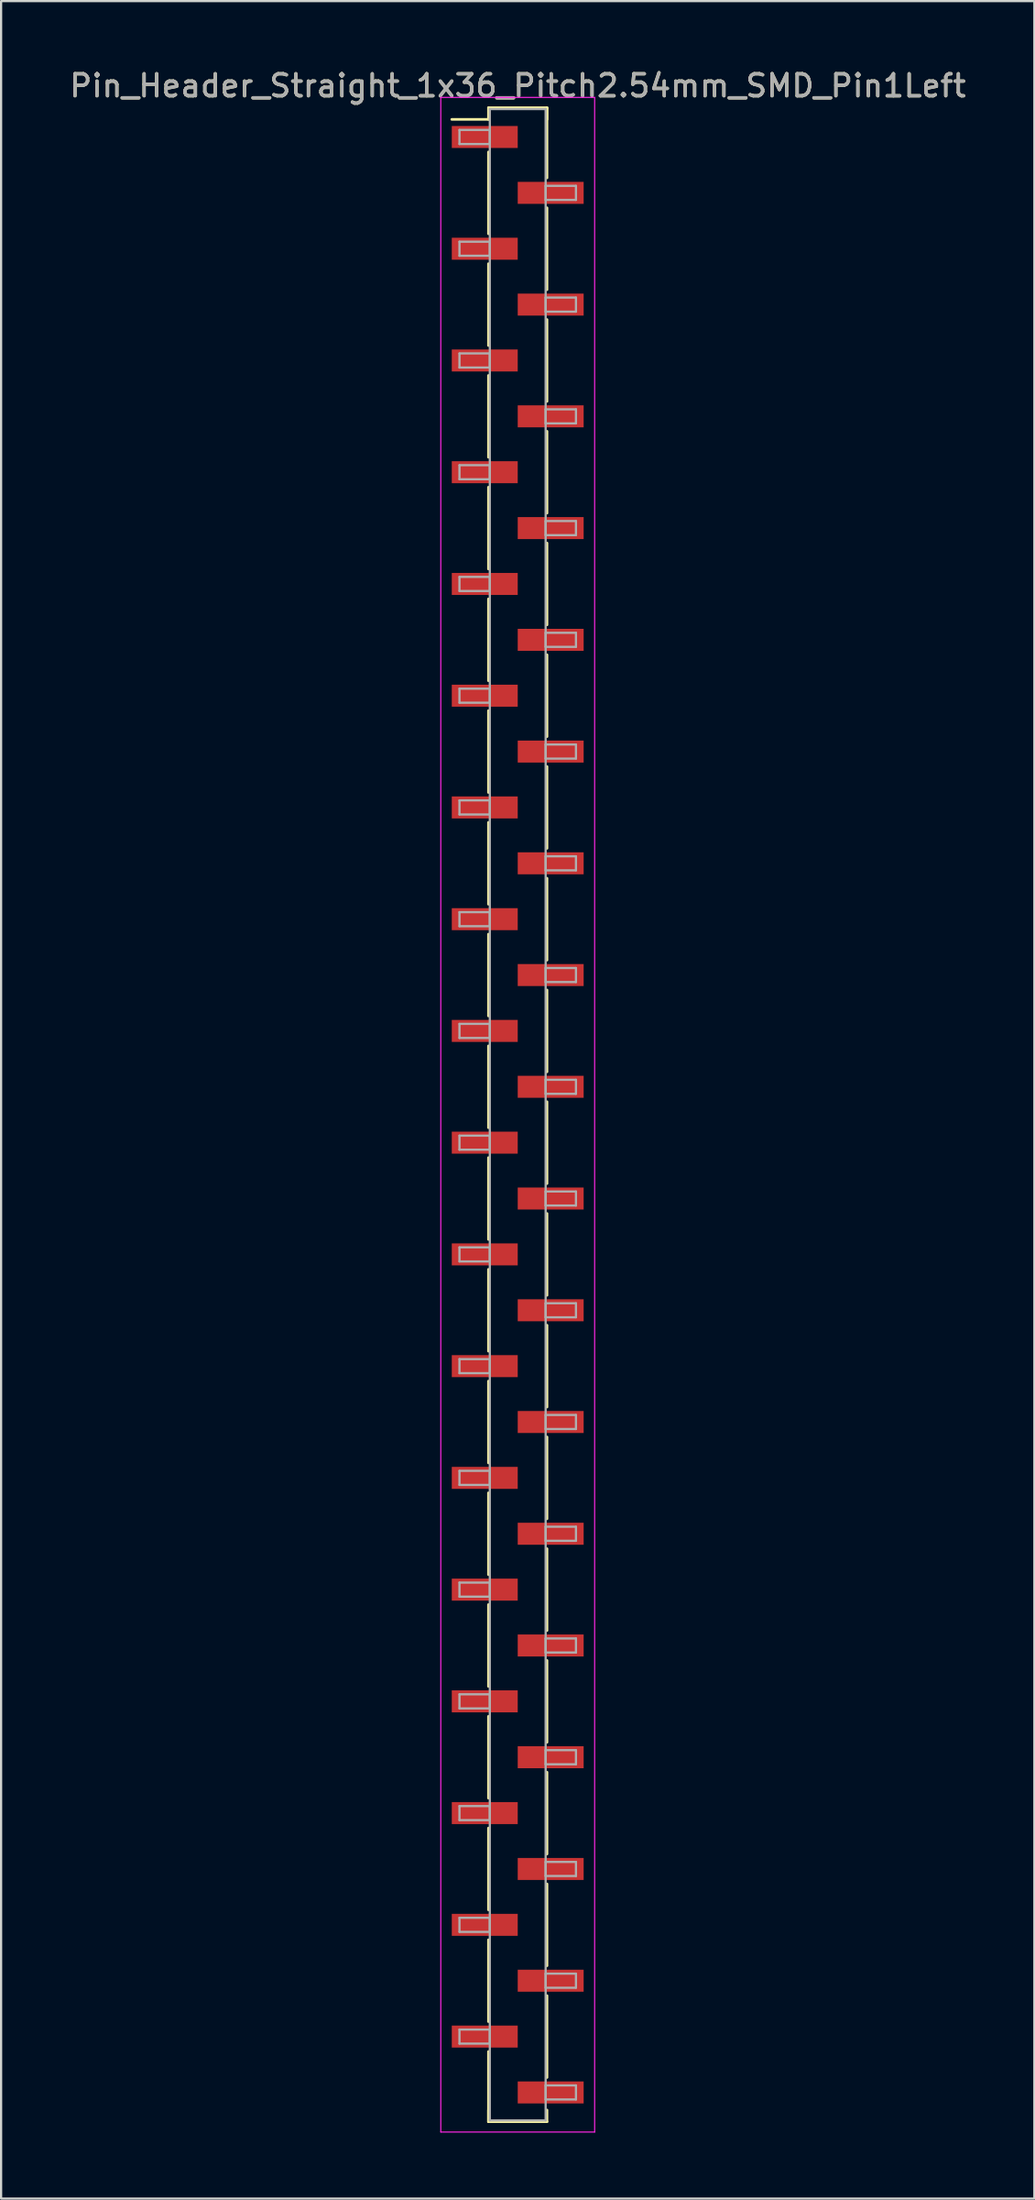
<source format=kicad_pcb>
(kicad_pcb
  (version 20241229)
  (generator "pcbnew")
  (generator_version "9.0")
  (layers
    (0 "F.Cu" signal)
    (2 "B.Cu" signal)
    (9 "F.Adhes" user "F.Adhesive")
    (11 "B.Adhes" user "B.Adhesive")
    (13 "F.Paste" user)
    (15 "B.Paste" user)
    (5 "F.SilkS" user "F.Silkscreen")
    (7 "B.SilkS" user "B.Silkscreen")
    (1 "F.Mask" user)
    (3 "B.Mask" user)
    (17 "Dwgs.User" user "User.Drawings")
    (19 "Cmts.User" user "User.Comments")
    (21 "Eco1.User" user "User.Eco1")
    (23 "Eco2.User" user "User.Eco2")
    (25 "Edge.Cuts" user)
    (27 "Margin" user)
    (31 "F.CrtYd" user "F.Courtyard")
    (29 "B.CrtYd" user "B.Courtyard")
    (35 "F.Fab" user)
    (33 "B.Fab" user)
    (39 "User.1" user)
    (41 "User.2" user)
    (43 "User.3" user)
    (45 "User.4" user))
  (footprint "Pin_Header_Straight_1x36_Pitch2.54mm_SMD_Pin1Left"
    (layer "F.Cu")
    (at 20.506 47.628)
    (property "Reference" "Pin_Header_Straight_1x36_Pitch2.54mm_SMD_Pin1Left" (at 0 -46.78 0) (layer "F.SilkS") (effects (font (size 1 1) (thickness 0.15))))
    (attr smd)
    (fp_line (start -1.33 -45.78) (end 1.33 -45.78) (stroke (width 0.12) (type solid)) (layer "F.SilkS"))
    (fp_line (start -1.33 -45.25) (end -3 -45.25) (stroke (width 0.12) (type solid)) (layer "F.SilkS"))
    (fp_line (start -1.33 -45.25) (end -1.33 -45.78) (stroke (width 0.12) (type solid)) (layer "F.SilkS"))
    (fp_line (start -1.33 -43.77) (end -1.33 -40.05) (stroke (width 0.12) (type solid)) (layer "F.SilkS"))
    (fp_line (start -1.33 -38.69) (end -1.33 -34.97) (stroke (width 0.12) (type solid)) (layer "F.SilkS"))
    (fp_line (start -1.33 -33.61) (end -1.33 -29.89) (stroke (width 0.12) (type solid)) (layer "F.SilkS"))
    (fp_line (start -1.33 -28.53) (end -1.33 -24.81) (stroke (width 0.12) (type solid)) (layer "F.SilkS"))
    (fp_line (start -1.33 -23.45) (end -1.33 -19.73) (stroke (width 0.12) (type solid)) (layer "F.SilkS"))
    (fp_line (start -1.33 -18.37) (end -1.33 -14.65) (stroke (width 0.12) (type solid)) (layer "F.SilkS"))
    (fp_line (start -1.33 -13.29) (end -1.33 -9.57) (stroke (width 0.12) (type solid)) (layer "F.SilkS"))
    (fp_line (start -1.33 -8.21) (end -1.33 -4.49) (stroke (width 0.12) (type solid)) (layer "F.SilkS"))
    (fp_line (start -1.33 -3.13) (end -1.33 0.59) (stroke (width 0.12) (type solid)) (layer "F.SilkS"))
    (fp_line (start -1.33 1.95) (end -1.33 5.67) (stroke (width 0.12) (type solid)) (layer "F.SilkS"))
    (fp_line (start -1.33 7.03) (end -1.33 10.75) (stroke (width 0.12) (type solid)) (layer "F.SilkS"))
    (fp_line (start -1.33 12.11) (end -1.33 15.83) (stroke (width 0.12) (type solid)) (layer "F.SilkS"))
    (fp_line (start -1.33 17.19) (end -1.33 20.91) (stroke (width 0.12) (type solid)) (layer "F.SilkS"))
    (fp_line (start -1.33 22.27) (end -1.33 25.99) (stroke (width 0.12) (type solid)) (layer "F.SilkS"))
    (fp_line (start -1.33 27.35) (end -1.33 31.07) (stroke (width 0.12) (type solid)) (layer "F.SilkS"))
    (fp_line (start -1.33 32.43) (end -1.33 36.15) (stroke (width 0.12) (type solid)) (layer "F.SilkS"))
    (fp_line (start -1.33 37.51) (end -1.33 41.23) (stroke (width 0.12) (type solid)) (layer "F.SilkS"))
    (fp_line (start -1.33 42.59) (end -1.33 45.78) (stroke (width 0.12) (type solid)) (layer "F.SilkS"))
    (fp_line (start -1.33 45.25) (end -1.33 45.78) (stroke (width 0.12) (type solid)) (layer "F.SilkS"))
    (fp_line (start -1.33 45.78) (end 1.33 45.78) (stroke (width 0.12) (type solid)) (layer "F.SilkS"))
    (fp_line (start 1.33 -45.78) (end 1.33 -45.25) (stroke (width 0.12) (type solid)) (layer "F.SilkS"))
    (fp_line (start 1.33 -45.78) (end 1.33 -42.59) (stroke (width 0.12) (type solid)) (layer "F.SilkS"))
    (fp_line (start 1.33 -41.23) (end 1.33 -37.51) (stroke (width 0.12) (type solid)) (layer "F.SilkS"))
    (fp_line (start 1.33 -36.15) (end 1.33 -32.43) (stroke (width 0.12) (type solid)) (layer "F.SilkS"))
    (fp_line (start 1.33 -31.07) (end 1.33 -27.35) (stroke (width 0.12) (type solid)) (layer "F.SilkS"))
    (fp_line (start 1.33 -25.99) (end 1.33 -22.27) (stroke (width 0.12) (type solid)) (layer "F.SilkS"))
    (fp_line (start 1.33 -20.91) (end 1.33 -17.19) (stroke (width 0.12) (type solid)) (layer "F.SilkS"))
    (fp_line (start 1.33 -15.83) (end 1.33 -12.11) (stroke (width 0.12) (type solid)) (layer "F.SilkS"))
    (fp_line (start 1.33 -10.75) (end 1.33 -7.03) (stroke (width 0.12) (type solid)) (layer "F.SilkS"))
    (fp_line (start 1.33 -5.67) (end 1.33 -1.95) (stroke (width 0.12) (type solid)) (layer "F.SilkS"))
    (fp_line (start 1.33 -0.59) (end 1.33 3.13) (stroke (width 0.12) (type solid)) (layer "F.SilkS"))
    (fp_line (start 1.33 4.49) (end 1.33 8.21) (stroke (width 0.12) (type solid)) (layer "F.SilkS"))
    (fp_line (start 1.33 9.57) (end 1.33 13.29) (stroke (width 0.12) (type solid)) (layer "F.SilkS"))
    (fp_line (start 1.33 14.65) (end 1.33 18.37) (stroke (width 0.12) (type solid)) (layer "F.SilkS"))
    (fp_line (start 1.33 19.73) (end 1.33 23.45) (stroke (width 0.12) (type solid)) (layer "F.SilkS"))
    (fp_line (start 1.33 24.81) (end 1.33 28.53) (stroke (width 0.12) (type solid)) (layer "F.SilkS"))
    (fp_line (start 1.33 29.89) (end 1.33 33.61) (stroke (width 0.12) (type solid)) (layer "F.SilkS"))
    (fp_line (start 1.33 34.97) (end 1.33 38.69) (stroke (width 0.12) (type solid)) (layer "F.SilkS"))
    (fp_line (start 1.33 40.05) (end 1.33 43.77) (stroke (width 0.12) (type solid)) (layer "F.SilkS"))
    (fp_line (start 1.33 45.78) (end 1.33 45.25) (stroke (width 0.12) (type solid)) (layer "F.SilkS"))
    (fp_line (start -3.5 -46.25) (end -3.5 46.25) (stroke (width 0.05) (type solid)) (layer "F.CrtYd"))
    (fp_line (start -3.5 46.25) (end 3.5 46.25) (stroke (width 0.05) (type solid)) (layer "F.CrtYd"))
    (fp_line (start 3.5 -46.25) (end -3.5 -46.25) (stroke (width 0.05) (type solid)) (layer "F.CrtYd"))
    (fp_line (start 3.5 46.25) (end 3.5 -46.25) (stroke (width 0.05) (type solid)) (layer "F.CrtYd"))
    (fp_line (start -2.65 -44.77) (end -1.27 -44.77) (stroke (width 0.1) (type solid)) (layer "F.Fab"))
    (fp_line (start -2.65 -44.13) (end -2.65 -44.77) (stroke (width 0.1) (type solid)) (layer "F.Fab"))
    (fp_line (start -2.65 -39.69) (end -1.27 -39.69) (stroke (width 0.1) (type solid)) (layer "F.Fab"))
    (fp_line (start -2.65 -39.05) (end -2.65 -39.69) (stroke (width 0.1) (type solid)) (layer "F.Fab"))
    (fp_line (start -2.65 -34.61) (end -1.27 -34.61) (stroke (width 0.1) (type solid)) (layer "F.Fab"))
    (fp_line (start -2.65 -33.97) (end -2.65 -34.61) (stroke (width 0.1) (type solid)) (layer "F.Fab"))
    (fp_line (start -2.65 -29.53) (end -1.27 -29.53) (stroke (width 0.1) (type solid)) (layer "F.Fab"))
    (fp_line (start -2.65 -28.89) (end -2.65 -29.53) (stroke (width 0.1) (type solid)) (layer "F.Fab"))
    (fp_line (start -2.65 -24.45) (end -1.27 -24.45) (stroke (width 0.1) (type solid)) (layer "F.Fab"))
    (fp_line (start -2.65 -23.81) (end -2.65 -24.45) (stroke (width 0.1) (type solid)) (layer "F.Fab"))
    (fp_line (start -2.65 -19.37) (end -1.27 -19.37) (stroke (width 0.1) (type solid)) (layer "F.Fab"))
    (fp_line (start -2.65 -18.73) (end -2.65 -19.37) (stroke (width 0.1) (type solid)) (layer "F.Fab"))
    (fp_line (start -2.65 -14.29) (end -1.27 -14.29) (stroke (width 0.1) (type solid)) (layer "F.Fab"))
    (fp_line (start -2.65 -13.65) (end -2.65 -14.29) (stroke (width 0.1) (type solid)) (layer "F.Fab"))
    (fp_line (start -2.65 -9.21) (end -1.27 -9.21) (stroke (width 0.1) (type solid)) (layer "F.Fab"))
    (fp_line (start -2.65 -8.57) (end -2.65 -9.21) (stroke (width 0.1) (type solid)) (layer "F.Fab"))
    (fp_line (start -2.65 -4.13) (end -1.27 -4.13) (stroke (width 0.1) (type solid)) (layer "F.Fab"))
    (fp_line (start -2.65 -3.49) (end -2.65 -4.13) (stroke (width 0.1) (type solid)) (layer "F.Fab"))
    (fp_line (start -2.65 0.95) (end -1.27 0.95) (stroke (width 0.1) (type solid)) (layer "F.Fab"))
    (fp_line (start -2.65 1.59) (end -2.65 0.95) (stroke (width 0.1) (type solid)) (layer "F.Fab"))
    (fp_line (start -2.65 6.03) (end -1.27 6.03) (stroke (width 0.1) (type solid)) (layer "F.Fab"))
    (fp_line (start -2.65 6.67) (end -2.65 6.03) (stroke (width 0.1) (type solid)) (layer "F.Fab"))
    (fp_line (start -2.65 11.11) (end -1.27 11.11) (stroke (width 0.1) (type solid)) (layer "F.Fab"))
    (fp_line (start -2.65 11.75) (end -2.65 11.11) (stroke (width 0.1) (type solid)) (layer "F.Fab"))
    (fp_line (start -2.65 16.19) (end -1.27 16.19) (stroke (width 0.1) (type solid)) (layer "F.Fab"))
    (fp_line (start -2.65 16.83) (end -2.65 16.19) (stroke (width 0.1) (type solid)) (layer "F.Fab"))
    (fp_line (start -2.65 21.27) (end -1.27 21.27) (stroke (width 0.1) (type solid)) (layer "F.Fab"))
    (fp_line (start -2.65 21.91) (end -2.65 21.27) (stroke (width 0.1) (type solid)) (layer "F.Fab"))
    (fp_line (start -2.65 26.35) (end -1.27 26.35) (stroke (width 0.1) (type solid)) (layer "F.Fab"))
    (fp_line (start -2.65 26.99) (end -2.65 26.35) (stroke (width 0.1) (type solid)) (layer "F.Fab"))
    (fp_line (start -2.65 31.43) (end -1.27 31.43) (stroke (width 0.1) (type solid)) (layer "F.Fab"))
    (fp_line (start -2.65 32.07) (end -2.65 31.43) (stroke (width 0.1) (type solid)) (layer "F.Fab"))
    (fp_line (start -2.65 36.51) (end -1.27 36.51) (stroke (width 0.1) (type solid)) (layer "F.Fab"))
    (fp_line (start -2.65 37.15) (end -2.65 36.51) (stroke (width 0.1) (type solid)) (layer "F.Fab"))
    (fp_line (start -2.65 41.59) (end -1.27 41.59) (stroke (width 0.1) (type solid)) (layer "F.Fab"))
    (fp_line (start -2.65 42.23) (end -2.65 41.59) (stroke (width 0.1) (type solid)) (layer "F.Fab"))
    (fp_line (start -1.27 -45.72) (end -1.27 45.72) (stroke (width 0.1) (type solid)) (layer "F.Fab"))
    (fp_line (start -1.27 -44.77) (end -1.27 -44.13) (stroke (width 0.1) (type solid)) (layer "F.Fab"))
    (fp_line (start -1.27 -44.13) (end -2.65 -44.13) (stroke (width 0.1) (type solid)) (layer "F.Fab"))
    (fp_line (start -1.27 -39.69) (end -1.27 -39.05) (stroke (width 0.1) (type solid)) (layer "F.Fab"))
    (fp_line (start -1.27 -39.05) (end -2.65 -39.05) (stroke (width 0.1) (type solid)) (layer "F.Fab"))
    (fp_line (start -1.27 -34.61) (end -1.27 -33.97) (stroke (width 0.1) (type solid)) (layer "F.Fab"))
    (fp_line (start -1.27 -33.97) (end -2.65 -33.97) (stroke (width 0.1) (type solid)) (layer "F.Fab"))
    (fp_line (start -1.27 -29.53) (end -1.27 -28.89) (stroke (width 0.1) (type solid)) (layer "F.Fab"))
    (fp_line (start -1.27 -28.89) (end -2.65 -28.89) (stroke (width 0.1) (type solid)) (layer "F.Fab"))
    (fp_line (start -1.27 -24.45) (end -1.27 -23.81) (stroke (width 0.1) (type solid)) (layer "F.Fab"))
    (fp_line (start -1.27 -23.81) (end -2.65 -23.81) (stroke (width 0.1) (type solid)) (layer "F.Fab"))
    (fp_line (start -1.27 -19.37) (end -1.27 -18.73) (stroke (width 0.1) (type solid)) (layer "F.Fab"))
    (fp_line (start -1.27 -18.73) (end -2.65 -18.73) (stroke (width 0.1) (type solid)) (layer "F.Fab"))
    (fp_line (start -1.27 -14.29) (end -1.27 -13.65) (stroke (width 0.1) (type solid)) (layer "F.Fab"))
    (fp_line (start -1.27 -13.65) (end -2.65 -13.65) (stroke (width 0.1) (type solid)) (layer "F.Fab"))
    (fp_line (start -1.27 -9.21) (end -1.27 -8.57) (stroke (width 0.1) (type solid)) (layer "F.Fab"))
    (fp_line (start -1.27 -8.57) (end -2.65 -8.57) (stroke (width 0.1) (type solid)) (layer "F.Fab"))
    (fp_line (start -1.27 -4.13) (end -1.27 -3.49) (stroke (width 0.1) (type solid)) (layer "F.Fab"))
    (fp_line (start -1.27 -3.49) (end -2.65 -3.49) (stroke (width 0.1) (type solid)) (layer "F.Fab"))
    (fp_line (start -1.27 0.95) (end -1.27 1.59) (stroke (width 0.1) (type solid)) (layer "F.Fab"))
    (fp_line (start -1.27 1.59) (end -2.65 1.59) (stroke (width 0.1) (type solid)) (layer "F.Fab"))
    (fp_line (start -1.27 6.03) (end -1.27 6.67) (stroke (width 0.1) (type solid)) (layer "F.Fab"))
    (fp_line (start -1.27 6.67) (end -2.65 6.67) (stroke (width 0.1) (type solid)) (layer "F.Fab"))
    (fp_line (start -1.27 11.11) (end -1.27 11.75) (stroke (width 0.1) (type solid)) (layer "F.Fab"))
    (fp_line (start -1.27 11.75) (end -2.65 11.75) (stroke (width 0.1) (type solid)) (layer "F.Fab"))
    (fp_line (start -1.27 16.19) (end -1.27 16.83) (stroke (width 0.1) (type solid)) (layer "F.Fab"))
    (fp_line (start -1.27 16.83) (end -2.65 16.83) (stroke (width 0.1) (type solid)) (layer "F.Fab"))
    (fp_line (start -1.27 21.27) (end -1.27 21.91) (stroke (width 0.1) (type solid)) (layer "F.Fab"))
    (fp_line (start -1.27 21.91) (end -2.65 21.91) (stroke (width 0.1) (type solid)) (layer "F.Fab"))
    (fp_line (start -1.27 26.35) (end -1.27 26.99) (stroke (width 0.1) (type solid)) (layer "F.Fab"))
    (fp_line (start -1.27 26.99) (end -2.65 26.99) (stroke (width 0.1) (type solid)) (layer "F.Fab"))
    (fp_line (start -1.27 31.43) (end -1.27 32.07) (stroke (width 0.1) (type solid)) (layer "F.Fab"))
    (fp_line (start -1.27 32.07) (end -2.65 32.07) (stroke (width 0.1) (type solid)) (layer "F.Fab"))
    (fp_line (start -1.27 36.51) (end -1.27 37.15) (stroke (width 0.1) (type solid)) (layer "F.Fab"))
    (fp_line (start -1.27 37.15) (end -2.65 37.15) (stroke (width 0.1) (type solid)) (layer "F.Fab"))
    (fp_line (start -1.27 41.59) (end -1.27 42.23) (stroke (width 0.1) (type solid)) (layer "F.Fab"))
    (fp_line (start -1.27 42.23) (end -2.65 42.23) (stroke (width 0.1) (type solid)) (layer "F.Fab"))
    (fp_line (start -1.27 45.72) (end 1.27 45.72) (stroke (width 0.1) (type solid)) (layer "F.Fab"))
    (fp_line (start 1.27 -45.72) (end -1.27 -45.72) (stroke (width 0.1) (type solid)) (layer "F.Fab"))
    (fp_line (start 1.27 -42.23) (end 1.27 -41.59) (stroke (width 0.1) (type solid)) (layer "F.Fab"))
    (fp_line (start 1.27 -41.59) (end 2.65 -41.59) (stroke (width 0.1) (type solid)) (layer "F.Fab"))
    (fp_line (start 1.27 -37.15) (end 1.27 -36.51) (stroke (width 0.1) (type solid)) (layer "F.Fab"))
    (fp_line (start 1.27 -36.51) (end 2.65 -36.51) (stroke (width 0.1) (type solid)) (layer "F.Fab"))
    (fp_line (start 1.27 -32.07) (end 1.27 -31.43) (stroke (width 0.1) (type solid)) (layer "F.Fab"))
    (fp_line (start 1.27 -31.43) (end 2.65 -31.43) (stroke (width 0.1) (type solid)) (layer "F.Fab"))
    (fp_line (start 1.27 -26.99) (end 1.27 -26.35) (stroke (width 0.1) (type solid)) (layer "F.Fab"))
    (fp_line (start 1.27 -26.35) (end 2.65 -26.35) (stroke (width 0.1) (type solid)) (layer "F.Fab"))
    (fp_line (start 1.27 -21.91) (end 1.27 -21.27) (stroke (width 0.1) (type solid)) (layer "F.Fab"))
    (fp_line (start 1.27 -21.27) (end 2.65 -21.27) (stroke (width 0.1) (type solid)) (layer "F.Fab"))
    (fp_line (start 1.27 -16.83) (end 1.27 -16.19) (stroke (width 0.1) (type solid)) (layer "F.Fab"))
    (fp_line (start 1.27 -16.19) (end 2.65 -16.19) (stroke (width 0.1) (type solid)) (layer "F.Fab"))
    (fp_line (start 1.27 -11.75) (end 1.27 -11.11) (stroke (width 0.1) (type solid)) (layer "F.Fab"))
    (fp_line (start 1.27 -11.11) (end 2.65 -11.11) (stroke (width 0.1) (type solid)) (layer "F.Fab"))
    (fp_line (start 1.27 -6.67) (end 1.27 -6.03) (stroke (width 0.1) (type solid)) (layer "F.Fab"))
    (fp_line (start 1.27 -6.03) (end 2.65 -6.03) (stroke (width 0.1) (type solid)) (layer "F.Fab"))
    (fp_line (start 1.27 -1.59) (end 1.27 -0.95) (stroke (width 0.1) (type solid)) (layer "F.Fab"))
    (fp_line (start 1.27 -0.95) (end 2.65 -0.95) (stroke (width 0.1) (type solid)) (layer "F.Fab"))
    (fp_line (start 1.27 3.49) (end 1.27 4.13) (stroke (width 0.1) (type solid)) (layer "F.Fab"))
    (fp_line (start 1.27 4.13) (end 2.65 4.13) (stroke (width 0.1) (type solid)) (layer "F.Fab"))
    (fp_line (start 1.27 8.57) (end 1.27 9.21) (stroke (width 0.1) (type solid)) (layer "F.Fab"))
    (fp_line (start 1.27 9.21) (end 2.65 9.21) (stroke (width 0.1) (type solid)) (layer "F.Fab"))
    (fp_line (start 1.27 13.65) (end 1.27 14.29) (stroke (width 0.1) (type solid)) (layer "F.Fab"))
    (fp_line (start 1.27 14.29) (end 2.65 14.29) (stroke (width 0.1) (type solid)) (layer "F.Fab"))
    (fp_line (start 1.27 18.73) (end 1.27 19.37) (stroke (width 0.1) (type solid)) (layer "F.Fab"))
    (fp_line (start 1.27 19.37) (end 2.65 19.37) (stroke (width 0.1) (type solid)) (layer "F.Fab"))
    (fp_line (start 1.27 23.81) (end 1.27 24.45) (stroke (width 0.1) (type solid)) (layer "F.Fab"))
    (fp_line (start 1.27 24.45) (end 2.65 24.45) (stroke (width 0.1) (type solid)) (layer "F.Fab"))
    (fp_line (start 1.27 28.89) (end 1.27 29.53) (stroke (width 0.1) (type solid)) (layer "F.Fab"))
    (fp_line (start 1.27 29.53) (end 2.65 29.53) (stroke (width 0.1) (type solid)) (layer "F.Fab"))
    (fp_line (start 1.27 33.97) (end 1.27 34.61) (stroke (width 0.1) (type solid)) (layer "F.Fab"))
    (fp_line (start 1.27 34.61) (end 2.65 34.61) (stroke (width 0.1) (type solid)) (layer "F.Fab"))
    (fp_line (start 1.27 39.05) (end 1.27 39.69) (stroke (width 0.1) (type solid)) (layer "F.Fab"))
    (fp_line (start 1.27 39.69) (end 2.65 39.69) (stroke (width 0.1) (type solid)) (layer "F.Fab"))
    (fp_line (start 1.27 44.13) (end 1.27 44.77) (stroke (width 0.1) (type solid)) (layer "F.Fab"))
    (fp_line (start 1.27 44.77) (end 2.65 44.77) (stroke (width 0.1) (type solid)) (layer "F.Fab"))
    (fp_line (start 1.27 45.72) (end 1.27 -45.72) (stroke (width 0.1) (type solid)) (layer "F.Fab"))
    (fp_line (start 2.65 -42.23) (end 1.27 -42.23) (stroke (width 0.1) (type solid)) (layer "F.Fab"))
    (fp_line (start 2.65 -41.59) (end 2.65 -42.23) (stroke (width 0.1) (type solid)) (layer "F.Fab"))
    (fp_line (start 2.65 -37.15) (end 1.27 -37.15) (stroke (width 0.1) (type solid)) (layer "F.Fab"))
    (fp_line (start 2.65 -36.51) (end 2.65 -37.15) (stroke (width 0.1) (type solid)) (layer "F.Fab"))
    (fp_line (start 2.65 -32.07) (end 1.27 -32.07) (stroke (width 0.1) (type solid)) (layer "F.Fab"))
    (fp_line (start 2.65 -31.43) (end 2.65 -32.07) (stroke (width 0.1) (type solid)) (layer "F.Fab"))
    (fp_line (start 2.65 -26.99) (end 1.27 -26.99) (stroke (width 0.1) (type solid)) (layer "F.Fab"))
    (fp_line (start 2.65 -26.35) (end 2.65 -26.99) (stroke (width 0.1) (type solid)) (layer "F.Fab"))
    (fp_line (start 2.65 -21.91) (end 1.27 -21.91) (stroke (width 0.1) (type solid)) (layer "F.Fab"))
    (fp_line (start 2.65 -21.27) (end 2.65 -21.91) (stroke (width 0.1) (type solid)) (layer "F.Fab"))
    (fp_line (start 2.65 -16.83) (end 1.27 -16.83) (stroke (width 0.1) (type solid)) (layer "F.Fab"))
    (fp_line (start 2.65 -16.19) (end 2.65 -16.83) (stroke (width 0.1) (type solid)) (layer "F.Fab"))
    (fp_line (start 2.65 -11.75) (end 1.27 -11.75) (stroke (width 0.1) (type solid)) (layer "F.Fab"))
    (fp_line (start 2.65 -11.11) (end 2.65 -11.75) (stroke (width 0.1) (type solid)) (layer "F.Fab"))
    (fp_line (start 2.65 -6.67) (end 1.27 -6.67) (stroke (width 0.1) (type solid)) (layer "F.Fab"))
    (fp_line (start 2.65 -6.03) (end 2.65 -6.67) (stroke (width 0.1) (type solid)) (layer "F.Fab"))
    (fp_line (start 2.65 -1.59) (end 1.27 -1.59) (stroke (width 0.1) (type solid)) (layer "F.Fab"))
    (fp_line (start 2.65 -0.95) (end 2.65 -1.59) (stroke (width 0.1) (type solid)) (layer "F.Fab"))
    (fp_line (start 2.65 3.49) (end 1.27 3.49) (stroke (width 0.1) (type solid)) (layer "F.Fab"))
    (fp_line (start 2.65 4.13) (end 2.65 3.49) (stroke (width 0.1) (type solid)) (layer "F.Fab"))
    (fp_line (start 2.65 8.57) (end 1.27 8.57) (stroke (width 0.1) (type solid)) (layer "F.Fab"))
    (fp_line (start 2.65 9.21) (end 2.65 8.57) (stroke (width 0.1) (type solid)) (layer "F.Fab"))
    (fp_line (start 2.65 13.65) (end 1.27 13.65) (stroke (width 0.1) (type solid)) (layer "F.Fab"))
    (fp_line (start 2.65 14.29) (end 2.65 13.65) (stroke (width 0.1) (type solid)) (layer "F.Fab"))
    (fp_line (start 2.65 18.73) (end 1.27 18.73) (stroke (width 0.1) (type solid)) (layer "F.Fab"))
    (fp_line (start 2.65 19.37) (end 2.65 18.73) (stroke (width 0.1) (type solid)) (layer "F.Fab"))
    (fp_line (start 2.65 23.81) (end 1.27 23.81) (stroke (width 0.1) (type solid)) (layer "F.Fab"))
    (fp_line (start 2.65 24.45) (end 2.65 23.81) (stroke (width 0.1) (type solid)) (layer "F.Fab"))
    (fp_line (start 2.65 28.89) (end 1.27 28.89) (stroke (width 0.1) (type solid)) (layer "F.Fab"))
    (fp_line (start 2.65 29.53) (end 2.65 28.89) (stroke (width 0.1) (type solid)) (layer "F.Fab"))
    (fp_line (start 2.65 33.97) (end 1.27 33.97) (stroke (width 0.1) (type solid)) (layer "F.Fab"))
    (fp_line (start 2.65 34.61) (end 2.65 33.97) (stroke (width 0.1) (type solid)) (layer "F.Fab"))
    (fp_line (start 2.65 39.05) (end 1.27 39.05) (stroke (width 0.1) (type solid)) (layer "F.Fab"))
    (fp_line (start 2.65 39.69) (end 2.65 39.05) (stroke (width 0.1) (type solid)) (layer "F.Fab"))
    (fp_line (start 2.65 44.13) (end 1.27 44.13) (stroke (width 0.1) (type solid)) (layer "F.Fab"))
    (fp_line (start 2.65 44.77) (end 2.65 44.13) (stroke (width 0.1) (type solid)) (layer "F.Fab"))
    (fp_text user "${REFERENCE}" (at 0 -46.78 0) (layer "F.Fab") (effects (font (size 1 1) (thickness 0.15))))
    (pad "1" smd rect (at -1.5 -44.45) (size 3 1) (layers "F.Cu" "F.Mask" "F.Paste"))
    (pad "2" smd rect (at 1.5 -41.91) (size 3 1) (layers "F.Cu" "F.Mask" "F.Paste"))
    (pad "3" smd rect (at -1.5 -39.37) (size 3 1) (layers "F.Cu" "F.Mask" "F.Paste"))
    (pad "4" smd rect (at 1.5 -36.83) (size 3 1) (layers "F.Cu" "F.Mask" "F.Paste"))
    (pad "5" smd rect (at -1.5 -34.29) (size 3 1) (layers "F.Cu" "F.Mask" "F.Paste"))
    (pad "6" smd rect (at 1.5 -31.75) (size 3 1) (layers "F.Cu" "F.Mask" "F.Paste"))
    (pad "7" smd rect (at -1.5 -29.21) (size 3 1) (layers "F.Cu" "F.Mask" "F.Paste"))
    (pad "8" smd rect (at 1.5 -26.67) (size 3 1) (layers "F.Cu" "F.Mask" "F.Paste"))
    (pad "9" smd rect (at -1.5 -24.13) (size 3 1) (layers "F.Cu" "F.Mask" "F.Paste"))
    (pad "10" smd rect (at 1.5 -21.59) (size 3 1) (layers "F.Cu" "F.Mask" "F.Paste"))
    (pad "11" smd rect (at -1.5 -19.05) (size 3 1) (layers "F.Cu" "F.Mask" "F.Paste"))
    (pad "12" smd rect (at 1.5 -16.51) (size 3 1) (layers "F.Cu" "F.Mask" "F.Paste"))
    (pad "13" smd rect (at -1.5 -13.97) (size 3 1) (layers "F.Cu" "F.Mask" "F.Paste"))
    (pad "14" smd rect (at 1.5 -11.43) (size 3 1) (layers "F.Cu" "F.Mask" "F.Paste"))
    (pad "15" smd rect (at -1.5 -8.89) (size 3 1) (layers "F.Cu" "F.Mask" "F.Paste"))
    (pad "16" smd rect (at 1.5 -6.35) (size 3 1) (layers "F.Cu" "F.Mask" "F.Paste"))
    (pad "17" smd rect (at -1.5 -3.81) (size 3 1) (layers "F.Cu" "F.Mask" "F.Paste"))
    (pad "18" smd rect (at 1.5 -1.27) (size 3 1) (layers "F.Cu" "F.Mask" "F.Paste"))
    (pad "19" smd rect (at -1.5 1.27) (size 3 1) (layers "F.Cu" "F.Mask" "F.Paste"))
    (pad "20" smd rect (at 1.5 3.81) (size 3 1) (layers "F.Cu" "F.Mask" "F.Paste"))
    (pad "21" smd rect (at -1.5 6.35) (size 3 1) (layers "F.Cu" "F.Mask" "F.Paste"))
    (pad "22" smd rect (at 1.5 8.89) (size 3 1) (layers "F.Cu" "F.Mask" "F.Paste"))
    (pad "23" smd rect (at -1.5 11.43) (size 3 1) (layers "F.Cu" "F.Mask" "F.Paste"))
    (pad "24" smd rect (at 1.5 13.97) (size 3 1) (layers "F.Cu" "F.Mask" "F.Paste"))
    (pad "25" smd rect (at -1.5 16.51) (size 3 1) (layers "F.Cu" "F.Mask" "F.Paste"))
    (pad "26" smd rect (at 1.5 19.05) (size 3 1) (layers "F.Cu" "F.Mask" "F.Paste"))
    (pad "27" smd rect (at -1.5 21.59) (size 3 1) (layers "F.Cu" "F.Mask" "F.Paste"))
    (pad "28" smd rect (at 1.5 24.13) (size 3 1) (layers "F.Cu" "F.Mask" "F.Paste"))
    (pad "29" smd rect (at -1.5 26.67) (size 3 1) (layers "F.Cu" "F.Mask" "F.Paste"))
    (pad "30" smd rect (at 1.5 29.21) (size 3 1) (layers "F.Cu" "F.Mask" "F.Paste"))
    (pad "31" smd rect (at -1.5 31.75) (size 3 1) (layers "F.Cu" "F.Mask" "F.Paste"))
    (pad "32" smd rect (at 1.5 34.29) (size 3 1) (layers "F.Cu" "F.Mask" "F.Paste"))
    (pad "33" smd rect (at -1.5 36.83) (size 3 1) (layers "F.Cu" "F.Mask" "F.Paste"))
    (pad "34" smd rect (at 1.5 39.37) (size 3 1) (layers "F.Cu" "F.Mask" "F.Paste"))
    (pad "35" smd rect (at -1.5 41.91) (size 3 1) (layers "F.Cu" "F.Mask" "F.Paste"))
    (pad "36" smd rect (at 1.5 44.45) (size 3 1) (layers "F.Cu" "F.Mask" "F.Paste")))
  (gr_rect
    (start -3 -3)
    (end 44.012 96.903)
    (stroke (width 0.1) (type default))
    (fill no)
    (layer "Edge.Cuts")))
</source>
